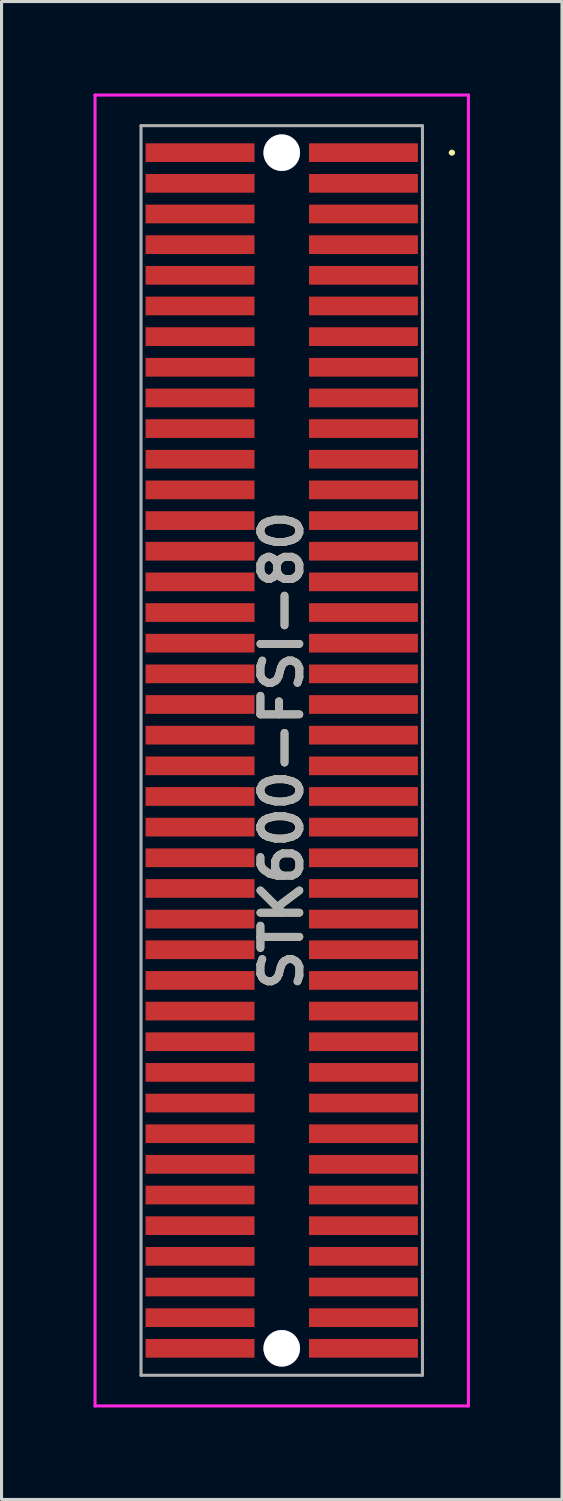
<source format=kicad_pcb>
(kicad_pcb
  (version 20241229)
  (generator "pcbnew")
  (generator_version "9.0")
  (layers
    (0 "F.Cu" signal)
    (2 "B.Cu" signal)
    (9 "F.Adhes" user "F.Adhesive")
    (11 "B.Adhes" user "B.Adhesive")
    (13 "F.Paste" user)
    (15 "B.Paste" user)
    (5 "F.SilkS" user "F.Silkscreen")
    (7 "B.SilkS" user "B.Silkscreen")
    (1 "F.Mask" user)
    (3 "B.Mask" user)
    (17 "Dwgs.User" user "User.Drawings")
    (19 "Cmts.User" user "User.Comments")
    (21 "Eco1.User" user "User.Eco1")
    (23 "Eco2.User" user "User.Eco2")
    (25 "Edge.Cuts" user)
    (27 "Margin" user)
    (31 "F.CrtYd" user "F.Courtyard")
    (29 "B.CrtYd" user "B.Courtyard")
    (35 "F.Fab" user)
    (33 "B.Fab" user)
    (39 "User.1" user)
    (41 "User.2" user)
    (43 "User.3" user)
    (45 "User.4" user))
  (footprint "STK600-FSI-80"
    (layer "F.Cu")
    (at 6.14 21.43)
    (property "Reference" "STK600-FSI-80" (at 0 0 270) (layer "F.SilkS") (effects (font (size 1.27 1.27) (thickness 0.254))))
    (attr through_hole)
    (fp_line (start 5.5 -19.5) (end 5.5 -19.5) (stroke (width 0.1) (type solid)) (layer "F.SilkS"))
    (fp_line (start 5.6 -19.5) (end 5.6 -19.5) (stroke (width 0.1) (type solid)) (layer "F.SilkS"))
    (fp_arc (start 5.5 -19.5) (mid 5.55 -19.55) (end 5.6 -19.5) (stroke (width 0.1) (type solid)) (layer "F.SilkS"))
    (fp_arc (start 5.6 -19.5) (mid 5.55 -19.45) (end 5.5 -19.5) (stroke (width 0.1) (type solid)) (layer "F.SilkS"))
    (fp_line (start -6.09 -21.38) (end 6.09 -21.38) (stroke (width 0.1) (type solid)) (layer "F.CrtYd"))
    (fp_line (start -6.09 21.38) (end -6.09 -21.38) (stroke (width 0.1) (type solid)) (layer "F.CrtYd"))
    (fp_line (start 6.09 -21.38) (end 6.09 21.38) (stroke (width 0.1) (type solid)) (layer "F.CrtYd"))
    (fp_line (start 6.09 21.38) (end -6.09 21.38) (stroke (width 0.1) (type solid)) (layer "F.CrtYd"))
    (fp_line (start -4.59 -20.38) (end 4.59 -20.38) (stroke (width 0.1) (type solid)) (layer "F.Fab"))
    (fp_line (start -4.59 20.38) (end -4.59 -20.38) (stroke (width 0.1) (type solid)) (layer "F.Fab"))
    (fp_line (start 4.59 -20.38) (end 4.59 20.38) (stroke (width 0.1) (type solid)) (layer "F.Fab"))
    (fp_line (start 4.59 20.38) (end -4.59 20.38) (stroke (width 0.1) (type solid)) (layer "F.Fab"))
    (fp_text user "${REFERENCE}" (at 0 0 270) (layer "F.Fab") (effects (font (size 1.27 1.27) (thickness 0.254))))
    (pad "" np_thru_hole circle (at 0 -19.5 270) (size 1.194 1.194) (drill 1.19) (layers "*.Cu" "*.Mask"))
    (pad "" np_thru_hole circle (at 0 19.5 270) (size 1.194 1.194) (drill 1.19) (layers "*.Cu" "*.Mask"))
    (pad "1" smd rect (at 2.665 -19.5 270) (size 0.61 3.553) (layers "F.Cu" "F.Mask" "F.Paste"))
    (pad "2" smd rect (at -2.665 -19.5 270) (size 0.61 3.553) (layers "F.Cu" "F.Mask" "F.Paste"))
    (pad "3" smd rect (at 2.665 -18.5 270) (size 0.61 3.553) (layers "F.Cu" "F.Mask" "F.Paste"))
    (pad "4" smd rect (at -2.665 -18.5 270) (size 0.61 3.553) (layers "F.Cu" "F.Mask" "F.Paste"))
    (pad "5" smd rect (at 2.665 -17.5 270) (size 0.61 3.553) (layers "F.Cu" "F.Mask" "F.Paste"))
    (pad "6" smd rect (at -2.665 -17.5 270) (size 0.61 3.553) (layers "F.Cu" "F.Mask" "F.Paste"))
    (pad "7" smd rect (at 2.665 -16.5 270) (size 0.61 3.553) (layers "F.Cu" "F.Mask" "F.Paste"))
    (pad "8" smd rect (at -2.665 -16.5 270) (size 0.61 3.553) (layers "F.Cu" "F.Mask" "F.Paste"))
    (pad "9" smd rect (at 2.665 -15.5 270) (size 0.61 3.553) (layers "F.Cu" "F.Mask" "F.Paste"))
    (pad "10" smd rect (at -2.665 -15.5 270) (size 0.61 3.553) (layers "F.Cu" "F.Mask" "F.Paste"))
    (pad "11" smd rect (at 2.665 -14.5 270) (size 0.61 3.553) (layers "F.Cu" "F.Mask" "F.Paste"))
    (pad "12" smd rect (at -2.665 -14.5 270) (size 0.61 3.553) (layers "F.Cu" "F.Mask" "F.Paste"))
    (pad "13" smd rect (at 2.665 -13.5 270) (size 0.61 3.553) (layers "F.Cu" "F.Mask" "F.Paste"))
    (pad "14" smd rect (at -2.665 -13.5 270) (size 0.61 3.553) (layers "F.Cu" "F.Mask" "F.Paste"))
    (pad "15" smd rect (at 2.665 -12.5 270) (size 0.61 3.553) (layers "F.Cu" "F.Mask" "F.Paste"))
    (pad "16" smd rect (at -2.665 -12.5 270) (size 0.61 3.553) (layers "F.Cu" "F.Mask" "F.Paste"))
    (pad "17" smd rect (at 2.665 -11.5 270) (size 0.61 3.553) (layers "F.Cu" "F.Mask" "F.Paste"))
    (pad "18" smd rect (at -2.665 -11.5 270) (size 0.61 3.553) (layers "F.Cu" "F.Mask" "F.Paste"))
    (pad "19" smd rect (at 2.665 -10.5 270) (size 0.61 3.553) (layers "F.Cu" "F.Mask" "F.Paste"))
    (pad "20" smd rect (at -2.665 -10.5 270) (size 0.61 3.553) (layers "F.Cu" "F.Mask" "F.Paste"))
    (pad "21" smd rect (at 2.665 -9.5 270) (size 0.61 3.553) (layers "F.Cu" "F.Mask" "F.Paste"))
    (pad "22" smd rect (at -2.665 -9.5 270) (size 0.61 3.553) (layers "F.Cu" "F.Mask" "F.Paste"))
    (pad "23" smd rect (at 2.665 -8.5 270) (size 0.61 3.553) (layers "F.Cu" "F.Mask" "F.Paste"))
    (pad "24" smd rect (at -2.665 -8.5 270) (size 0.61 3.553) (layers "F.Cu" "F.Mask" "F.Paste"))
    (pad "25" smd rect (at 2.665 -7.5 270) (size 0.61 3.553) (layers "F.Cu" "F.Mask" "F.Paste"))
    (pad "26" smd rect (at -2.665 -7.5 270) (size 0.61 3.553) (layers "F.Cu" "F.Mask" "F.Paste"))
    (pad "27" smd rect (at 2.665 -6.5 270) (size 0.61 3.553) (layers "F.Cu" "F.Mask" "F.Paste"))
    (pad "28" smd rect (at -2.665 -6.5 270) (size 0.61 3.553) (layers "F.Cu" "F.Mask" "F.Paste"))
    (pad "29" smd rect (at 2.665 -5.5 270) (size 0.61 3.553) (layers "F.Cu" "F.Mask" "F.Paste"))
    (pad "30" smd rect (at -2.665 -5.5 270) (size 0.61 3.553) (layers "F.Cu" "F.Mask" "F.Paste"))
    (pad "31" smd rect (at 2.665 -4.5 270) (size 0.61 3.553) (layers "F.Cu" "F.Mask" "F.Paste"))
    (pad "32" smd rect (at -2.665 -4.5 270) (size 0.61 3.553) (layers "F.Cu" "F.Mask" "F.Paste"))
    (pad "33" smd rect (at 2.665 -3.5 270) (size 0.61 3.553) (layers "F.Cu" "F.Mask" "F.Paste"))
    (pad "34" smd rect (at -2.665 -3.5 270) (size 0.61 3.553) (layers "F.Cu" "F.Mask" "F.Paste"))
    (pad "35" smd rect (at 2.665 -2.5 270) (size 0.61 3.553) (layers "F.Cu" "F.Mask" "F.Paste"))
    (pad "36" smd rect (at -2.665 -2.5 270) (size 0.61 3.553) (layers "F.Cu" "F.Mask" "F.Paste"))
    (pad "37" smd rect (at 2.665 -1.5 270) (size 0.61 3.553) (layers "F.Cu" "F.Mask" "F.Paste"))
    (pad "38" smd rect (at -2.665 -1.5 270) (size 0.61 3.553) (layers "F.Cu" "F.Mask" "F.Paste"))
    (pad "39" smd rect (at 2.665 -0.5 270) (size 0.61 3.553) (layers "F.Cu" "F.Mask" "F.Paste"))
    (pad "40" smd rect (at -2.665 -0.5 270) (size 0.61 3.553) (layers "F.Cu" "F.Mask" "F.Paste"))
    (pad "41" smd rect (at 2.665 0.5 270) (size 0.61 3.553) (layers "F.Cu" "F.Mask" "F.Paste"))
    (pad "42" smd rect (at -2.665 0.5 270) (size 0.61 3.553) (layers "F.Cu" "F.Mask" "F.Paste"))
    (pad "43" smd rect (at 2.665 1.5 270) (size 0.61 3.553) (layers "F.Cu" "F.Mask" "F.Paste"))
    (pad "44" smd rect (at -2.665 1.5 270) (size 0.61 3.553) (layers "F.Cu" "F.Mask" "F.Paste"))
    (pad "45" smd rect (at 2.665 2.5 270) (size 0.61 3.553) (layers "F.Cu" "F.Mask" "F.Paste"))
    (pad "46" smd rect (at -2.665 2.5 270) (size 0.61 3.553) (layers "F.Cu" "F.Mask" "F.Paste"))
    (pad "47" smd rect (at 2.665 3.5 270) (size 0.61 3.553) (layers "F.Cu" "F.Mask" "F.Paste"))
    (pad "48" smd rect (at -2.665 3.5 270) (size 0.61 3.553) (layers "F.Cu" "F.Mask" "F.Paste"))
    (pad "49" smd rect (at 2.665 4.5 270) (size 0.61 3.553) (layers "F.Cu" "F.Mask" "F.Paste"))
    (pad "50" smd rect (at -2.665 4.5 270) (size 0.61 3.553) (layers "F.Cu" "F.Mask" "F.Paste"))
    (pad "51" smd rect (at 2.665 5.5 270) (size 0.61 3.553) (layers "F.Cu" "F.Mask" "F.Paste"))
    (pad "52" smd rect (at -2.665 5.5 270) (size 0.61 3.553) (layers "F.Cu" "F.Mask" "F.Paste"))
    (pad "53" smd rect (at 2.665 6.5 270) (size 0.61 3.553) (layers "F.Cu" "F.Mask" "F.Paste"))
    (pad "54" smd rect (at -2.665 6.5 270) (size 0.61 3.553) (layers "F.Cu" "F.Mask" "F.Paste"))
    (pad "55" smd rect (at 2.665 7.5 270) (size 0.61 3.553) (layers "F.Cu" "F.Mask" "F.Paste"))
    (pad "56" smd rect (at -2.665 7.5 270) (size 0.61 3.553) (layers "F.Cu" "F.Mask" "F.Paste"))
    (pad "57" smd rect (at 2.665 8.5 270) (size 0.61 3.553) (layers "F.Cu" "F.Mask" "F.Paste"))
    (pad "58" smd rect (at -2.665 8.5 270) (size 0.61 3.553) (layers "F.Cu" "F.Mask" "F.Paste"))
    (pad "59" smd rect (at 2.665 9.5 270) (size 0.61 3.553) (layers "F.Cu" "F.Mask" "F.Paste"))
    (pad "60" smd rect (at -2.665 9.5 270) (size 0.61 3.553) (layers "F.Cu" "F.Mask" "F.Paste"))
    (pad "61" smd rect (at 2.665 10.5 270) (size 0.61 3.553) (layers "F.Cu" "F.Mask" "F.Paste"))
    (pad "62" smd rect (at -2.665 10.5 270) (size 0.61 3.553) (layers "F.Cu" "F.Mask" "F.Paste"))
    (pad "63" smd rect (at 2.665 11.5 270) (size 0.61 3.553) (layers "F.Cu" "F.Mask" "F.Paste"))
    (pad "64" smd rect (at -2.665 11.5 270) (size 0.61 3.553) (layers "F.Cu" "F.Mask" "F.Paste"))
    (pad "65" smd rect (at 2.665 12.5 270) (size 0.61 3.553) (layers "F.Cu" "F.Mask" "F.Paste"))
    (pad "66" smd rect (at -2.665 12.5 270) (size 0.61 3.553) (layers "F.Cu" "F.Mask" "F.Paste"))
    (pad "67" smd rect (at 2.665 13.5 270) (size 0.61 3.553) (layers "F.Cu" "F.Mask" "F.Paste"))
    (pad "68" smd rect (at -2.665 13.5 270) (size 0.61 3.553) (layers "F.Cu" "F.Mask" "F.Paste"))
    (pad "69" smd rect (at 2.665 14.5 270) (size 0.61 3.553) (layers "F.Cu" "F.Mask" "F.Paste"))
    (pad "70" smd rect (at -2.665 14.5 270) (size 0.61 3.553) (layers "F.Cu" "F.Mask" "F.Paste"))
    (pad "71" smd rect (at 2.665 15.5 270) (size 0.61 3.553) (layers "F.Cu" "F.Mask" "F.Paste"))
    (pad "72" smd rect (at -2.665 15.5 270) (size 0.61 3.553) (layers "F.Cu" "F.Mask" "F.Paste"))
    (pad "73" smd rect (at 2.665 16.5 270) (size 0.61 3.553) (layers "F.Cu" "F.Mask" "F.Paste"))
    (pad "74" smd rect (at -2.665 16.5 270) (size 0.61 3.553) (layers "F.Cu" "F.Mask" "F.Paste"))
    (pad "75" smd rect (at 2.665 17.5 270) (size 0.61 3.553) (layers "F.Cu" "F.Mask" "F.Paste"))
    (pad "76" smd rect (at -2.665 17.5 270) (size 0.61 3.553) (layers "F.Cu" "F.Mask" "F.Paste"))
    (pad "77" smd rect (at 2.665 18.5 270) (size 0.61 3.553) (layers "F.Cu" "F.Mask" "F.Paste"))
    (pad "78" smd rect (at -2.665 18.5 270) (size 0.61 3.553) (layers "F.Cu" "F.Mask" "F.Paste"))
    (pad "79" smd rect (at 2.665 19.5 270) (size 0.61 3.553) (layers "F.Cu" "F.Mask" "F.Paste"))
    (pad "80" smd rect (at -2.665 19.5 270) (size 0.61 3.553) (layers "F.Cu" "F.Mask" "F.Paste")))
  (gr_rect
    (start -3 -3)
    (end 15.28 45.86)
    (stroke (width 0.1) (type default))
    (fill no)
    (layer "Edge.Cuts")))
</source>
